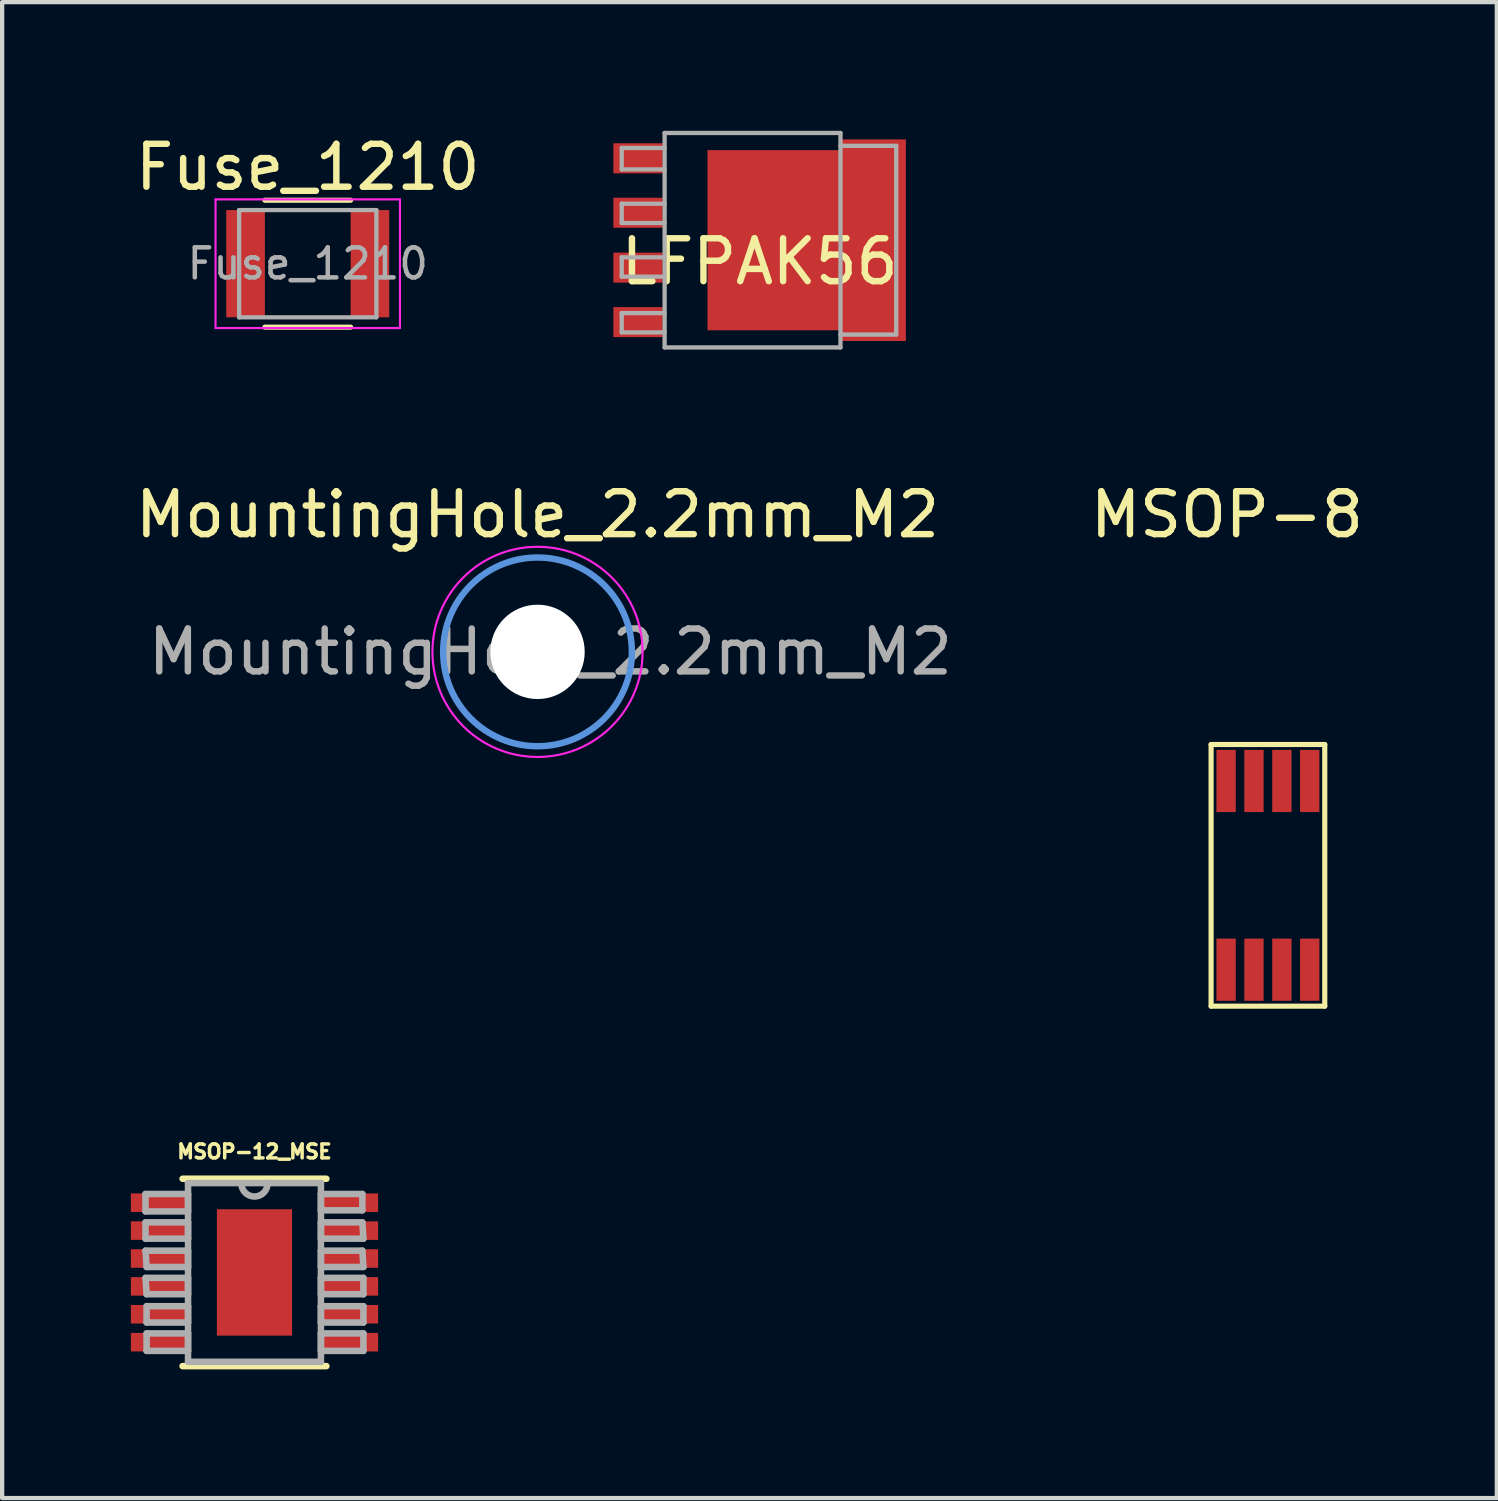
<source format=kicad_pcb>
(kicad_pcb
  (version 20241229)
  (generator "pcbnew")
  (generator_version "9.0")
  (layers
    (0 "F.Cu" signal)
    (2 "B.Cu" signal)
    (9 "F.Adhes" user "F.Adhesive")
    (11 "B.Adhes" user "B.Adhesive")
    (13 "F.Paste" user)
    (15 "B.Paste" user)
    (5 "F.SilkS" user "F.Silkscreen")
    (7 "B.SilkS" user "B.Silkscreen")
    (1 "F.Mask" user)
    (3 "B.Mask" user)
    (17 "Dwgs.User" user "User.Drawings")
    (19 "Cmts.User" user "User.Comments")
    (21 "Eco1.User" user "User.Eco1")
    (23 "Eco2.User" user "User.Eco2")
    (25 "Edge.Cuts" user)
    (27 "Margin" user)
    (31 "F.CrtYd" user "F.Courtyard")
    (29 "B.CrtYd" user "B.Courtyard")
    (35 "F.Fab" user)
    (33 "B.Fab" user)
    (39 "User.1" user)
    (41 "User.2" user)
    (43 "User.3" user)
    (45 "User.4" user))
  (footprint "MSOP-8"
    (layer "F.Cu")
    (at 25.536 15.158)
    (property "Reference" "MSOP-8" (at 0.02 -6.21 0) (layer "F.SilkS") (effects (font (size 1 1) (thickness 0.15))))
    (attr through_hole)
    (fp_line (start -0.35 -0.85) (end 2.3 -0.85) (stroke (width 0.12) (type solid)) (layer "F.SilkS"))
    (fp_line (start -0.35 5.25) (end -0.35 -0.85) (stroke (width 0.12) (type solid)) (layer "F.SilkS"))
    (fp_line (start 2.3 -0.85) (end 2.3 5.25) (stroke (width 0.12) (type solid)) (layer "F.SilkS"))
    (fp_line (start 2.3 5.25) (end -0.35 5.25) (stroke (width 0.12) (type solid)) (layer "F.SilkS"))
    (pad "1" smd rect (at 0 0) (size 0.45 1.45) (layers "F.Cu" "F.Mask" "F.Paste"))
    (pad "2" smd rect (at 0.65 0) (size 0.45 1.45) (layers "F.Cu" "F.Mask" "F.Paste"))
    (pad "3" smd rect (at 1.3 0) (size 0.45 1.45) (layers "F.Cu" "F.Mask" "F.Paste"))
    (pad "4" smd rect (at 1.95 0) (size 0.45 1.45) (layers "F.Cu" "F.Mask" "F.Paste"))
    (pad "5" smd rect (at 0 4.4) (size 0.45 1.45) (layers "F.Cu" "F.Mask" "F.Paste"))
    (pad "6" smd rect (at 0.65 4.4) (size 0.45 1.45) (layers "F.Cu" "F.Mask" "F.Paste"))
    (pad "7" smd rect (at 1.3 4.4) (size 0.45 1.45) (layers "F.Cu" "F.Mask" "F.Paste"))
    (pad "8" smd rect (at 1.95 4.4) (size 0.45 1.45) (layers "F.Cu" "F.Mask" "F.Paste")))
  (footprint "MountingHole_2.2mm_M2"
    (layer "F.Cu")
    (at 9.482 12.148)
    (property "Reference" "MountingHole_2.2mm_M2" (at 0 -3.2 0) (layer "F.SilkS") (effects (font (size 1 1) (thickness 0.15))))
    (attr exclude_from_pos_files exclude_from_bom)
    (fp_circle (center 0 0) (end 2.2 0) (stroke (width 0.15) (type solid)) (fill no) (layer "Cmts.User"))
    (fp_circle (center 0 0) (end 2.45 0) (stroke (width 0.05) (type solid)) (fill no) (layer "F.CrtYd"))
    (fp_text user "${REFERENCE}" (at 0.3 0 0) (layer "F.Fab") (effects (font (size 1 1) (thickness 0.15))))
    (pad "" np_thru_hole circle (at 0 0) (size 2.2 2.2) (drill 2.2) (layers "*.Cu" "*.Mask")))
  (footprint "LFPAK56"
    (layer "F.Cu")
    (at 14.66 2.55)
    (property "Reference" "LFPAK56" (at 0 0.5 0) (layer "F.SilkS") (effects (font (size 1 1) (thickness 0.15))))
    (attr through_hole)
    (fp_line (start -3.215 -2.15) (end -3.215 -1.65) (stroke (width 0.1) (type solid)) (layer "F.Fab"))
    (fp_line (start -3.215 -2.15) (end -2.215 -2.15) (stroke (width 0.1) (type solid)) (layer "F.Fab"))
    (fp_line (start -3.215 -1.65) (end -2.215 -1.65) (stroke (width 0.1) (type solid)) (layer "F.Fab"))
    (fp_line (start -3.215 -0.85) (end -3.215 -0.4) (stroke (width 0.1) (type solid)) (layer "F.Fab"))
    (fp_line (start -3.215 -0.4) (end -2.215 -0.4) (stroke (width 0.1) (type solid)) (layer "F.Fab"))
    (fp_line (start -3.215 0.4) (end -3.215 0.85) (stroke (width 0.1) (type solid)) (layer "F.Fab"))
    (fp_line (start -3.215 0.85) (end -2.215 0.85) (stroke (width 0.1) (type solid)) (layer "F.Fab"))
    (fp_line (start -3.215 1.7) (end -3.215 2.15) (stroke (width 0.1) (type solid)) (layer "F.Fab"))
    (fp_line (start -3.215 2.15) (end -2.215 2.15) (stroke (width 0.1) (type solid)) (layer "F.Fab"))
    (fp_line (start -2.215 -2.5) (end -2.215 2.5) (stroke (width 0.1) (type solid)) (layer "F.Fab"))
    (fp_line (start -2.215 -0.85) (end -3.215 -0.85) (stroke (width 0.1) (type solid)) (layer "F.Fab"))
    (fp_line (start -2.215 0.4) (end -3.215 0.4) (stroke (width 0.1) (type solid)) (layer "F.Fab"))
    (fp_line (start -2.215 1.7) (end -3.215 1.7) (stroke (width 0.1) (type solid)) (layer "F.Fab"))
    (fp_line (start -2.215 2.5) (end 1.885 2.5) (stroke (width 0.1) (type solid)) (layer "F.Fab"))
    (fp_line (start 1.885 -2.5) (end -2.215 -2.5) (stroke (width 0.1) (type solid)) (layer "F.Fab"))
    (fp_line (start 1.885 2.5) (end 1.885 -2.5) (stroke (width 0.1) (type solid)) (layer "F.Fab"))
    (fp_line (start 3.185 -2.2) (end 1.885 -2.2) (stroke (width 0.1) (type solid)) (layer "F.Fab"))
    (fp_line (start 3.185 -2.2) (end 3.185 2.2) (stroke (width 0.1) (type solid)) (layer "F.Fab"))
    (fp_line (start 3.185 2.2) (end 1.885 2.2) (stroke (width 0.1) (type solid)) (layer "F.Fab"))
    (pad "1" smd rect (at -2.835 -1.91 270) (size 0.7 1.15) (layers "F.Cu" "F.Mask" "F.Paste"))
    (pad "1" smd rect (at -2.835 -0.64 270) (size 0.7 1.15) (layers "F.Cu" "F.Mask" "F.Paste"))
    (pad "1" smd rect (at -2.835 0.64 270) (size 0.7 1.15) (layers "F.Cu" "F.Mask" "F.Paste"))
    (pad "2" smd rect (at -2.835 1.91 270) (size 0.7 1.15) (layers "F.Cu" "F.Mask" "F.Paste"))
    (pad "3" smd custom (at 0.435 0) (size 3.3 4.2) (layers "F.Cu" "F.Mask") (options (anchor rect)) (primitives (gr_poly (pts (xy 1.425 -2.35) (xy 2.975 -2.35) (xy 2.975 2.35) (xy 1.425 2.35)) (width 0) (fill yes)))))
  (footprint "MSOP-12_MSE"
    (layer "F.Cu")
    (at 2.883 26.616)
    (property "Reference" "MSOP-12_MSE" (at 0 -2.817 0) (layer "F.SilkS") (effects (font (size 0.324 0.324) (thickness 0.081))))
    (attr through_hole)
    (fp_line (start -1.676 2.184) (end 1.676 2.184) (stroke (width 0.152) (type solid)) (layer "F.SilkS"))
    (fp_line (start 1.676 -2.184) (end -1.676 -2.184) (stroke (width 0.152) (type solid)) (layer "F.SilkS"))
    (fp_poly (pts (xy -0.776 -1.373) (xy -0.776 -0.1) (xy 0.776 -0.1) (xy 0.776 -1.373)) (stroke (width 0.025) (type solid)) (fill yes) (layer "F.Paste"))
    (fp_poly (pts (xy -0.776 0.1) (xy -0.776 1.373) (xy 0.776 1.373) (xy 0.776 0.1)) (stroke (width 0.025) (type solid)) (fill yes) (layer "F.Paste"))
    (fp_line (start -2.54 -1.829) (end -2.54 -1.422) (stroke (width 0.152) (type solid)) (layer "F.Fab"))
    (fp_line (start -2.54 -1.422) (end -1.549 -1.422) (stroke (width 0.152) (type solid)) (layer "F.Fab"))
    (fp_line (start -2.54 -1.168) (end -2.54 -0.787) (stroke (width 0.152) (type solid)) (layer "F.Fab"))
    (fp_line (start -2.54 -0.787) (end -1.549 -0.787) (stroke (width 0.152) (type solid)) (layer "F.Fab"))
    (fp_line (start -2.54 -0.508) (end -2.515 -0.127) (stroke (width 0.152) (type solid)) (layer "F.Fab"))
    (fp_line (start -2.54 0.127) (end -2.515 0.508) (stroke (width 0.152) (type solid)) (layer "F.Fab"))
    (fp_line (start -2.515 -0.127) (end -1.549 -0.127) (stroke (width 0.152) (type solid)) (layer "F.Fab"))
    (fp_line (start -2.515 0.508) (end -1.549 0.508) (stroke (width 0.152) (type solid)) (layer "F.Fab"))
    (fp_line (start -2.515 0.787) (end -2.515 1.168) (stroke (width 0.152) (type solid)) (layer "F.Fab"))
    (fp_line (start -2.515 1.168) (end -1.549 1.168) (stroke (width 0.152) (type solid)) (layer "F.Fab"))
    (fp_line (start -2.515 1.422) (end -2.515 1.829) (stroke (width 0.152) (type solid)) (layer "F.Fab"))
    (fp_line (start -2.515 1.829) (end -1.549 1.829) (stroke (width 0.152) (type solid)) (layer "F.Fab"))
    (fp_line (start -1.549 -2.083) (end -1.549 2.083) (stroke (width 0.152) (type solid)) (layer "F.Fab"))
    (fp_line (start -1.549 -1.829) (end -2.54 -1.829) (stroke (width 0.152) (type solid)) (layer "F.Fab"))
    (fp_line (start -1.549 -1.422) (end -1.549 -1.829) (stroke (width 0.152) (type solid)) (layer "F.Fab"))
    (fp_line (start -1.549 -1.168) (end -2.54 -1.168) (stroke (width 0.152) (type solid)) (layer "F.Fab"))
    (fp_line (start -1.549 -0.787) (end -1.549 -1.168) (stroke (width 0.152) (type solid)) (layer "F.Fab"))
    (fp_line (start -1.549 -0.508) (end -2.54 -0.508) (stroke (width 0.152) (type solid)) (layer "F.Fab"))
    (fp_line (start -1.549 -0.127) (end -1.549 -0.508) (stroke (width 0.152) (type solid)) (layer "F.Fab"))
    (fp_line (start -1.549 0.127) (end -2.54 0.127) (stroke (width 0.152) (type solid)) (layer "F.Fab"))
    (fp_line (start -1.549 0.508) (end -1.549 0.127) (stroke (width 0.152) (type solid)) (layer "F.Fab"))
    (fp_line (start -1.549 0.787) (end -2.515 0.787) (stroke (width 0.152) (type solid)) (layer "F.Fab"))
    (fp_line (start -1.549 1.168) (end -1.549 0.787) (stroke (width 0.152) (type solid)) (layer "F.Fab"))
    (fp_line (start -1.549 1.422) (end -2.515 1.422) (stroke (width 0.152) (type solid)) (layer "F.Fab"))
    (fp_line (start -1.549 1.829) (end -1.549 1.422) (stroke (width 0.152) (type solid)) (layer "F.Fab"))
    (fp_line (start -1.549 2.083) (end 1.549 2.083) (stroke (width 0.152) (type solid)) (layer "F.Fab"))
    (fp_line (start 0.305 -2.083) (end -1.549 -2.083) (stroke (width 0.152) (type solid)) (layer "F.Fab"))
    (fp_line (start 1.549 -2.083) (end 0.305 -2.083) (stroke (width 0.152) (type solid)) (layer "F.Fab"))
    (fp_line (start 1.549 -1.829) (end 1.549 -1.448) (stroke (width 0.152) (type solid)) (layer "F.Fab"))
    (fp_line (start 1.549 -1.448) (end 2.515 -1.448) (stroke (width 0.152) (type solid)) (layer "F.Fab"))
    (fp_line (start 1.549 -1.168) (end 1.549 -0.787) (stroke (width 0.152) (type solid)) (layer "F.Fab"))
    (fp_line (start 1.549 -0.787) (end 2.54 -0.787) (stroke (width 0.152) (type solid)) (layer "F.Fab"))
    (fp_line (start 1.549 -0.508) (end 1.549 -0.127) (stroke (width 0.152) (type solid)) (layer "F.Fab"))
    (fp_line (start 1.549 -0.127) (end 2.54 -0.127) (stroke (width 0.152) (type solid)) (layer "F.Fab"))
    (fp_line (start 1.549 0.127) (end 1.549 0.508) (stroke (width 0.152) (type solid)) (layer "F.Fab"))
    (fp_line (start 1.549 0.508) (end 2.54 0.508) (stroke (width 0.152) (type solid)) (layer "F.Fab"))
    (fp_line (start 1.549 0.787) (end 1.549 1.168) (stroke (width 0.152) (type solid)) (layer "F.Fab"))
    (fp_line (start 1.549 1.168) (end 2.54 1.168) (stroke (width 0.152) (type solid)) (layer "F.Fab"))
    (fp_line (start 1.549 1.422) (end 1.549 1.829) (stroke (width 0.152) (type solid)) (layer "F.Fab"))
    (fp_line (start 1.549 1.829) (end 2.54 1.829) (stroke (width 0.152) (type solid)) (layer "F.Fab"))
    (fp_line (start 1.549 2.083) (end 1.549 -2.083) (stroke (width 0.152) (type solid)) (layer "F.Fab"))
    (fp_line (start 2.515 -1.829) (end 1.549 -1.829) (stroke (width 0.152) (type solid)) (layer "F.Fab"))
    (fp_line (start 2.515 -1.448) (end 2.515 -1.829) (stroke (width 0.152) (type solid)) (layer "F.Fab"))
    (fp_line (start 2.515 -1.168) (end 1.549 -1.168) (stroke (width 0.152) (type solid)) (layer "F.Fab"))
    (fp_line (start 2.515 -0.508) (end 1.549 -0.508) (stroke (width 0.152) (type solid)) (layer "F.Fab"))
    (fp_line (start 2.54 -0.787) (end 2.515 -1.168) (stroke (width 0.152) (type solid)) (layer "F.Fab"))
    (fp_line (start 2.54 -0.127) (end 2.515 -0.508) (stroke (width 0.152) (type solid)) (layer "F.Fab"))
    (fp_line (start 2.54 0.127) (end 1.549 0.127) (stroke (width 0.152) (type solid)) (layer "F.Fab"))
    (fp_line (start 2.54 0.508) (end 2.54 0.127) (stroke (width 0.152) (type solid)) (layer "F.Fab"))
    (fp_line (start 2.54 0.787) (end 1.549 0.787) (stroke (width 0.152) (type solid)) (layer "F.Fab"))
    (fp_line (start 2.54 1.168) (end 2.54 0.787) (stroke (width 0.152) (type solid)) (layer "F.Fab"))
    (fp_line (start 2.54 1.422) (end 1.549 1.422) (stroke (width 0.152) (type solid)) (layer "F.Fab"))
    (fp_line (start 2.54 1.829) (end 2.54 1.422) (stroke (width 0.152) (type solid)) (layer "F.Fab"))
    (fp_arc (start 0.3048 -2.0828) (mid 0.0127 -1.7653) (end -0.3048 -2.0574) (stroke (width 0.1524) (type solid)) (layer "F.Fab"))
    (pad "1" smd rect (at -2.184 -1.626) (size 1.397 0.432) (layers "F.Cu" "F.Mask" "F.Paste"))
    (pad "2" smd rect (at -2.184 -0.975) (size 1.397 0.432) (layers "F.Cu" "F.Mask" "F.Paste"))
    (pad "3" smd rect (at -2.184 -0.325) (size 1.397 0.432) (layers "F.Cu" "F.Mask" "F.Paste"))
    (pad "4" smd rect (at -2.184 0.325) (size 1.397 0.432) (layers "F.Cu" "F.Mask" "F.Paste"))
    (pad "5" smd rect (at -2.184 0.975) (size 1.397 0.432) (layers "F.Cu" "F.Mask" "F.Paste"))
    (pad "6" smd rect (at -2.184 1.626) (size 1.397 0.432) (layers "F.Cu" "F.Mask" "F.Paste"))
    (pad "7" smd rect (at 2.184 1.626) (size 1.397 0.432) (layers "F.Cu" "F.Mask" "F.Paste"))
    (pad "8" smd rect (at 2.184 0.975) (size 1.397 0.432) (layers "F.Cu" "F.Mask" "F.Paste"))
    (pad "9" smd rect (at 2.184 0.325) (size 1.397 0.432) (layers "F.Cu" "F.Mask" "F.Paste"))
    (pad "10" smd rect (at 2.184 -0.325) (size 1.397 0.432) (layers "F.Cu" "F.Mask" "F.Paste"))
    (pad "11" smd rect (at 2.184 -0.975) (size 1.397 0.432) (layers "F.Cu" "F.Mask" "F.Paste"))
    (pad "12" smd rect (at 2.184 -1.626) (size 1.397 0.432) (layers "F.Cu" "F.Mask" "F.Paste"))
    (pad "13" smd rect (at 0 0) (size 1.753 2.946) (layers "F.Cu" "F.Mask")))
  (footprint "Fuse_1210"
    (layer "F.Cu")
    (at 4.125 3.098)
    (property "Reference" "Fuse_1210" (at 0 -2.25 0) (layer "F.SilkS") (effects (font (size 1 1) (thickness 0.15))))
    (attr smd)
    (fp_line (start -1 -1.48) (end 1 -1.48) (stroke (width 0.12) (type solid)) (layer "F.SilkS"))
    (fp_line (start 1 1.48) (end -1 1.48) (stroke (width 0.12) (type solid)) (layer "F.SilkS"))
    (fp_line (start -2.15 -1.5) (end -2.15 1.5) (stroke (width 0.05) (type solid)) (layer "F.CrtYd"))
    (fp_line (start -2.15 -1.5) (end 2.15 -1.5) (stroke (width 0.05) (type solid)) (layer "F.CrtYd"))
    (fp_line (start 2.15 1.5) (end -2.15 1.5) (stroke (width 0.05) (type solid)) (layer "F.CrtYd"))
    (fp_line (start 2.15 1.5) (end 2.15 -1.5) (stroke (width 0.05) (type solid)) (layer "F.CrtYd"))
    (fp_line (start -1.6 -1.25) (end 1.6 -1.25) (stroke (width 0.1) (type solid)) (layer "F.Fab"))
    (fp_line (start -1.6 1.25) (end -1.6 -1.25) (stroke (width 0.1) (type solid)) (layer "F.Fab"))
    (fp_line (start 1.6 -1.25) (end 1.6 1.25) (stroke (width 0.1) (type solid)) (layer "F.Fab"))
    (fp_line (start 1.6 1.25) (end -1.6 1.25) (stroke (width 0.1) (type solid)) (layer "F.Fab"))
    (fp_text user "${REFERENCE}" (at 0 0 0) (layer "F.Fab") (effects (font (size 0.7 0.7) (thickness 0.105))))
    (pad "1" smd rect (at -1.45 0) (size 0.9 2.5) (layers "F.Cu" "F.Mask" "F.Paste"))
    (pad "2" smd rect (at 1.45 0) (size 0.9 2.5) (layers "F.Cu" "F.Mask" "F.Paste")))
  (gr_rect
    (start -3 -3)
    (end 31.848 31.877)
    (stroke (width 0.1) (type default))
    (fill no)
    (layer "Edge.Cuts")))
</source>
